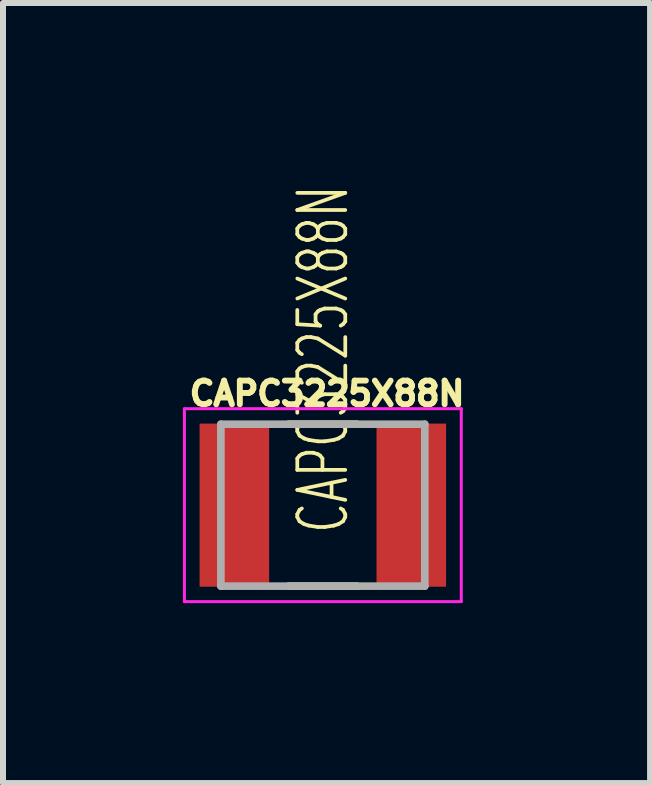
<source format=kicad_pcb>
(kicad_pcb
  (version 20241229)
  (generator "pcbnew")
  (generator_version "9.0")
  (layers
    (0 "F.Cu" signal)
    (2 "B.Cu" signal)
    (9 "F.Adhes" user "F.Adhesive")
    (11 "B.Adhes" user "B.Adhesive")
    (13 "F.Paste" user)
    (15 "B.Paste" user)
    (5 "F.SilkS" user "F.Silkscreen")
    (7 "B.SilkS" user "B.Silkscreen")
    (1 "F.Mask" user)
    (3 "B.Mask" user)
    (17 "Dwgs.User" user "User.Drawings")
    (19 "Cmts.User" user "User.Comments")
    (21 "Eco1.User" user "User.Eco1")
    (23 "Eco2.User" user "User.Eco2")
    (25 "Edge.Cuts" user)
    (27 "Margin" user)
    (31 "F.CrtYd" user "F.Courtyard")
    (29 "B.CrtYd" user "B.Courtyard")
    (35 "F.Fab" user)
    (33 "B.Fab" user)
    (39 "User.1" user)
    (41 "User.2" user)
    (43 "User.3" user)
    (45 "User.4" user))
  (footprint "CAPC3225X88N"
    (layer "F.Cu")
    (at 2.333 5.373)
    (property "Reference" "CAPC3225X88N" (at 0.07 -1.86 0) (layer "F.SilkS") (effects (font (size 0.394 0.394) (thickness 0.15))))
    (property "Value" "CAPC3225X88N" (at 0.4 1.93 0) (layer "F.Fab") (hide yes) (effects (font (size 0.394 0.394) (thickness 0.15))))
    (attr smd)
    (fp_line (start -0.57 -1.35) (end 0.57 -1.35) (stroke (width 0.127) (type solid)) (layer "F.SilkS"))
    (fp_line (start -0.57 1.35) (end 0.57 1.35) (stroke (width 0.127) (type solid)) (layer "F.SilkS"))
    (fp_line (start -2.308 -1.608) (end 2.308 -1.608) (stroke (width 0.05) (type solid)) (layer "F.CrtYd"))
    (fp_line (start -2.308 1.608) (end -2.308 -1.608) (stroke (width 0.05) (type solid)) (layer "F.CrtYd"))
    (fp_line (start -2.308 1.608) (end 2.308 1.608) (stroke (width 0.05) (type solid)) (layer "F.CrtYd"))
    (fp_line (start 2.308 1.608) (end 2.308 -1.608) (stroke (width 0.05) (type solid)) (layer "F.CrtYd"))
    (fp_line (start -1.7 1.35) (end -1.7 -1.35) (stroke (width 0.127) (type solid)) (layer "F.Fab"))
    (fp_line (start 1.7 -1.35) (end -1.7 -1.35) (stroke (width 0.127) (type solid)) (layer "F.Fab"))
    (fp_line (start 1.7 1.35) (end -1.7 1.35) (stroke (width 0.127) (type solid)) (layer "F.Fab"))
    (fp_line (start 1.7 1.35) (end 1.7 -1.35) (stroke (width 0.127) (type solid)) (layer "F.Fab"))
    (fp_text user "${VALUE}" (at 0.475 0.5 90) (unlocked yes) (layer "F.SilkS") (effects (font (size 0.8 0.5) (thickness 0.062)) (justify left bottom)))
    (pad "1" smd rect (at -1.475 0) (size 1.16 2.72) (layers "F.Cu" "F.Mask" "F.Paste"))
    (pad "2" smd rect (at 1.475 0) (size 1.16 2.72) (layers "F.Cu" "F.Mask" "F.Paste")))
  (gr_rect
    (start -3 -3)
    (end 7.789 10.006)
    (stroke (width 0.1) (type default))
    (fill no)
    (layer "Edge.Cuts")))
</source>
